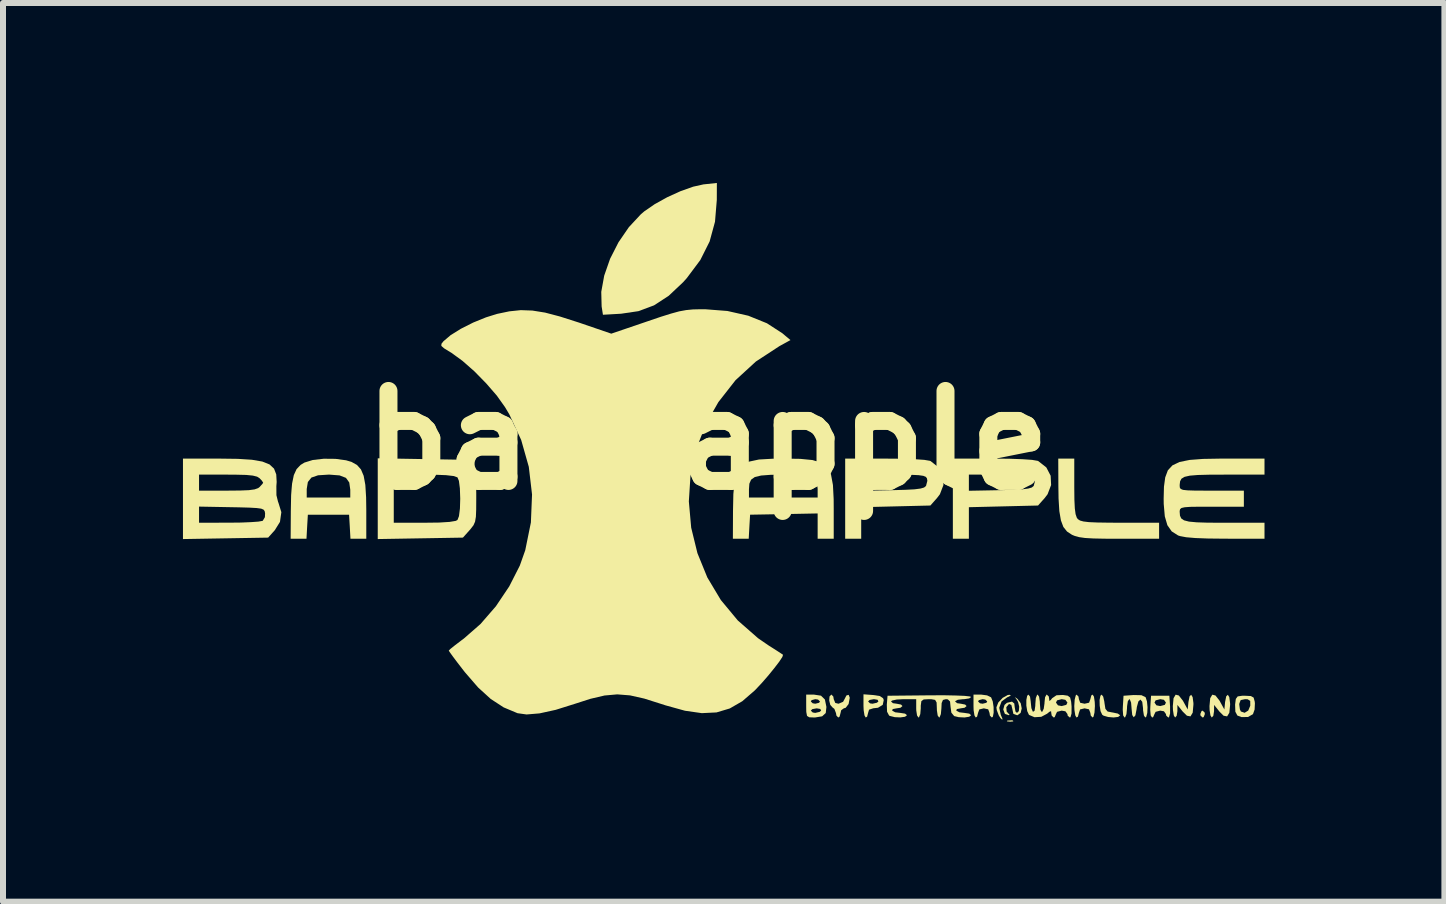
<source format=kicad_pcb>
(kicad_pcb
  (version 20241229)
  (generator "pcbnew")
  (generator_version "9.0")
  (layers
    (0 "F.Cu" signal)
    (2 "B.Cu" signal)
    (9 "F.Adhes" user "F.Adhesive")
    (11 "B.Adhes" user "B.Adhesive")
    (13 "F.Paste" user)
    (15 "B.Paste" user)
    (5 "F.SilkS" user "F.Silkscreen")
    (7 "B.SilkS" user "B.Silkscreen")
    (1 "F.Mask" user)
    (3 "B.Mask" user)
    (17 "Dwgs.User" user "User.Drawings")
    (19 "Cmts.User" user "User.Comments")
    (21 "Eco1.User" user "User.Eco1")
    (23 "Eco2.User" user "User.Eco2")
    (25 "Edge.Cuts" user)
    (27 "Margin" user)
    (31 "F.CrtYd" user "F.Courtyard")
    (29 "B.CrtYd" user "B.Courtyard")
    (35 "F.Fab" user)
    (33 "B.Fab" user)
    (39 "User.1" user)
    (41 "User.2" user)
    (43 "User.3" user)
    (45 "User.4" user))
  (footprint "bad_apple"
    (layer "F.Cu")
    (at 8.747 4.289)
    (property "Reference" "bad_apple" (at 0 0 0) (layer "F.SilkS") (effects (font (size 1.5 1.5) (thickness 0.3))))
    (attr board_only exclude_from_pos_files exclude_from_bom)
    (fp_poly (pts (xy 5.09 4.673) (xy 5.094 4.687) (xy 5.042 4.692) (xy 4.988 4.686) (xy 4.994 4.673) (xy 5.072 4.668)) (stroke (width 0) (type solid)) (fill yes) (layer "F.SilkS"))
    (fp_poly (pts (xy 8.284 4.538) (xy 8.288 4.564) (xy 8.268 4.615) (xy 8.25 4.622) (xy 8.216 4.591) (xy 8.212 4.564) (xy 8.233 4.514) (xy 8.25 4.507)) (stroke (width 0) (type solid)) (fill yes) (layer "F.SilkS"))
    (fp_poly (pts (xy 5.055 4.254) (xy 5.006 4.28) (xy 4.994 4.284) (xy 4.899 4.354) (xy 4.86 4.46) (xy 4.886 4.578) (xy 4.887 4.58) (xy 4.913 4.641) (xy 4.911 4.66) (xy 4.88 4.631) (xy 4.852 4.586) (xy 4.819 4.498) (xy 4.813 4.452) (xy 4.844 4.372) (xy 4.917 4.294) (xy 5.002 4.247) (xy 5.032 4.243)) (stroke (width 0) (type solid)) (fill yes) (layer "F.SilkS"))
    (fp_poly (pts (xy 6.593 4.273) (xy 6.612 4.357) (xy 6.615 4.383) (xy 6.63 4.478) (xy 6.667 4.522) (xy 6.747 4.538) (xy 6.751 4.538) (xy 6.836 4.556) (xy 6.875 4.583) (xy 6.875 4.586) (xy 6.843 4.612) (xy 6.766 4.621) (xy 6.675 4.613) (xy 6.599 4.591) (xy 6.577 4.576) (xy 6.549 4.516) (xy 6.535 4.425) (xy 6.533 4.33) (xy 6.547 4.259) (xy 6.567 4.24)) (stroke (width 0) (type solid)) (fill yes) (layer "F.SilkS"))
    (fp_poly (pts (xy 7.854 4.255) (xy 7.922 4.342) (xy 7.934 4.364) (xy 8.002 4.488) (xy 8.014 4.364) (xy 8.033 4.268) (xy 8.06 4.243) (xy 8.084 4.282) (xy 8.097 4.381) (xy 8.097 4.409) (xy 8.085 4.542) (xy 8.048 4.603) (xy 7.989 4.592) (xy 7.919 4.523) (xy 7.83 4.412) (xy 7.83 4.517) (xy 7.818 4.593) (xy 7.792 4.622) (xy 7.77 4.587) (xy 7.756 4.499) (xy 7.754 4.431) (xy 7.766 4.3) (xy 7.801 4.241)) (stroke (width 0) (type solid)) (fill yes) (layer "F.SilkS"))
    (fp_poly (pts (xy 8.465 4.255) (xy 8.533 4.342) (xy 8.545 4.364) (xy 8.613 4.488) (xy 8.625 4.364) (xy 8.644 4.268) (xy 8.671 4.243) (xy 8.695 4.282) (xy 8.708 4.381) (xy 8.709 4.409) (xy 8.696 4.542) (xy 8.659 4.603) (xy 8.6 4.592) (xy 8.531 4.523) (xy 8.442 4.412) (xy 8.441 4.517) (xy 8.429 4.593) (xy 8.403 4.622) (xy 8.381 4.587) (xy 8.367 4.499) (xy 8.365 4.431) (xy 8.377 4.3) (xy 8.412 4.241)) (stroke (width 0) (type solid)) (fill yes) (layer "F.SilkS"))
    (fp_poly (pts (xy 2.094 4.272) (xy 2.101 4.316) (xy 2.127 4.379) (xy 2.181 4.392) (xy 2.257 4.36) (xy 2.281 4.316) (xy 2.313 4.254) (xy 2.35 4.244) (xy 2.368 4.291) (xy 2.368 4.294) (xy 2.349 4.397) (xy 2.3 4.46) (xy 2.269 4.469) (xy 2.225 4.501) (xy 2.215 4.545) (xy 2.199 4.607) (xy 2.177 4.622) (xy 2.146 4.59) (xy 2.139 4.549) (xy 2.112 4.478) (xy 2.082 4.455) (xy 2.044 4.412) (xy 2.026 4.339) (xy 2.031 4.271) (xy 2.061 4.24) (xy 2.063 4.24)) (stroke (width 0) (type solid)) (fill yes) (layer "F.SilkS"))
    (fp_poly (pts (xy 2.759 4.247) (xy 2.87 4.264) (xy 2.924 4.301) (xy 2.935 4.331) (xy 2.918 4.411) (xy 2.839 4.459) (xy 2.76 4.468) (xy 2.69 4.491) (xy 2.674 4.545) (xy 2.658 4.607) (xy 2.635 4.622) (xy 2.614 4.587) (xy 2.6 4.499) (xy 2.597 4.428) (xy 2.597 4.354) (xy 2.674 4.354) (xy 2.706 4.386) (xy 2.748 4.392) (xy 2.821 4.375) (xy 2.846 4.354) (xy 2.832 4.326) (xy 2.771 4.316) (xy 2.699 4.329) (xy 2.674 4.354) (xy 2.597 4.354) (xy 2.597 4.235)) (stroke (width 0) (type solid)) (fill yes) (layer "F.SilkS"))
    (fp_poly (pts (xy 0.152 -4.006) (xy 0.122 -3.643) (xy 0.032 -3.313) (xy -0.123 -3.004) (xy -0.348 -2.703) (xy -0.41 -2.634) (xy -0.65 -2.408) (xy -0.894 -2.249) (xy -1.154 -2.152) (xy -1.445 -2.109) (xy -1.448 -2.109) (xy -1.746 -2.092) (xy -1.768 -2.231) (xy -1.774 -2.474) (xy -1.725 -2.744) (xy -1.627 -3.025) (xy -1.487 -3.3) (xy -1.314 -3.552) (xy -1.115 -3.766) (xy -1.058 -3.815) (xy -0.884 -3.935) (xy -0.675 -4.051) (xy -0.453 -4.152) (xy -0.242 -4.227) (xy -0.067 -4.266) (xy -0.063 -4.266) (xy 0.153 -4.289)) (stroke (width 0) (type solid)) (fill yes) (layer "F.SilkS"))
    (fp_poly (pts (xy 6.439 4.274) (xy 6.452 4.362) (xy 6.455 4.431) (xy 6.448 4.54) (xy 6.431 4.609) (xy 6.417 4.622) (xy 6.386 4.59) (xy 6.379 4.545) (xy 6.356 4.485) (xy 6.283 4.469) (xy 6.208 4.487) (xy 6.188 4.545) (xy 6.172 4.607) (xy 6.149 4.622) (xy 6.128 4.587) (xy 6.114 4.499) (xy 6.111 4.431) (xy 6.118 4.322) (xy 6.136 4.253) (xy 6.149 4.24) (xy 6.181 4.272) (xy 6.188 4.316) (xy 6.21 4.376) (xy 6.283 4.392) (xy 6.358 4.375) (xy 6.379 4.316) (xy 6.395 4.254) (xy 6.417 4.24)) (stroke (width 0) (type solid)) (fill yes) (layer "F.SilkS"))
    (fp_poly (pts (xy 7.708 4.44) (xy 7.708 4.555) (xy 7.69 4.616) (xy 7.679 4.622) (xy 7.644 4.591) (xy 7.639 4.564) (xy 7.606 4.518) (xy 7.544 4.507) (xy 7.467 4.527) (xy 7.448 4.564) (xy 7.426 4.615) (xy 7.408 4.622) (xy 7.385 4.587) (xy 7.377 4.492) (xy 7.379 4.44) (xy 7.383 4.373) (xy 7.448 4.373) (xy 7.481 4.419) (xy 7.544 4.431) (xy 7.62 4.411) (xy 7.639 4.373) (xy 7.606 4.327) (xy 7.544 4.316) (xy 7.467 4.336) (xy 7.448 4.373) (xy 7.383 4.373) (xy 7.391 4.259) (xy 7.544 4.259) (xy 7.696 4.259)) (stroke (width 0) (type solid)) (fill yes) (layer "F.SilkS"))
    (fp_poly (pts (xy 6.111 0.78) (xy 6.113 0.99) (xy 6.12 1.136) (xy 6.133 1.232) (xy 6.153 1.291) (xy 6.171 1.315) (xy 6.206 1.338) (xy 6.264 1.354) (xy 6.357 1.365) (xy 6.497 1.371) (xy 6.694 1.374) (xy 6.878 1.375) (xy 7.525 1.375) (xy 7.525 1.509) (xy 7.525 1.642) (xy 6.866 1.642) (xy 6.614 1.641) (xy 6.427 1.637) (xy 6.29 1.629) (xy 6.192 1.615) (xy 6.119 1.595) (xy 6.073 1.576) (xy 5.99 1.521) (xy 5.929 1.445) (xy 5.888 1.335) (xy 5.862 1.182) (xy 5.849 0.972) (xy 5.846 0.773) (xy 5.844 0.306) (xy 5.978 0.306) (xy 6.111 0.306)) (stroke (width 0) (type solid)) (fill yes) (layer "F.SilkS"))
    (fp_poly (pts (xy 9.055 4.264) (xy 9.101 4.29) (xy 9.119 4.357) (xy 9.122 4.385) (xy 9.117 4.489) (xy 9.09 4.565) (xy 9.088 4.567) (xy 9.007 4.613) (xy 8.9 4.615) (xy 8.83 4.589) (xy 8.796 4.525) (xy 8.792 4.408) (xy 8.792 4.405) (xy 8.861 4.405) (xy 8.872 4.486) (xy 8.888 4.521) (xy 8.951 4.543) (xy 9.011 4.506) (xy 9.045 4.425) (xy 9.045 4.421) (xy 9.044 4.345) (xy 9.001 4.318) (xy 8.959 4.316) (xy 8.885 4.331) (xy 8.862 4.39) (xy 8.861 4.405) (xy 8.792 4.405) (xy 8.804 4.312) (xy 8.835 4.27) (xy 8.91 4.259) (xy 8.957 4.259)) (stroke (width 0) (type solid)) (fill yes) (layer "F.SilkS"))
    (fp_poly (pts (xy 4.658 4.253) (xy 4.723 4.285) (xy 4.725 4.287) (xy 4.752 4.354) (xy 4.766 4.448) (xy 4.767 4.542) (xy 4.754 4.608) (xy 4.737 4.622) (xy 4.705 4.59) (xy 4.698 4.545) (xy 4.676 4.485) (xy 4.603 4.469) (xy 4.528 4.487) (xy 4.507 4.545) (xy 4.491 4.607) (xy 4.469 4.622) (xy 4.447 4.587) (xy 4.433 4.499) (xy 4.431 4.431) (xy 4.431 4.354) (xy 4.507 4.354) (xy 4.539 4.385) (xy 4.583 4.392) (xy 4.646 4.376) (xy 4.66 4.354) (xy 4.628 4.323) (xy 4.583 4.316) (xy 4.521 4.332) (xy 4.507 4.354) (xy 4.431 4.354) (xy 4.431 4.24) (xy 4.56 4.24)) (stroke (width 0) (type solid)) (fill yes) (layer "F.SilkS"))
    (fp_poly (pts (xy 5.145 4.297) (xy 5.166 4.313) (xy 5.218 4.383) (xy 5.235 4.47) (xy 5.217 4.545) (xy 5.166 4.583) (xy 5.156 4.583) (xy 5.096 4.561) (xy 5.08 4.488) (xy 5.062 4.412) (xy 5.023 4.396) (xy 4.98 4.447) (xy 4.978 4.454) (xy 4.984 4.523) (xy 5.008 4.549) (xy 5.033 4.577) (xy 5.02 4.583) (xy 4.958 4.563) (xy 4.953 4.558) (xy 4.927 4.488) (xy 4.948 4.412) (xy 4.988 4.377) (xy 5.073 4.357) (xy 5.111 4.388) (xy 5.118 4.45) (xy 5.131 4.522) (xy 5.156 4.545) (xy 5.187 4.515) (xy 5.193 4.443) (xy 5.174 4.363) (xy 5.147 4.316) (xy 5.119 4.282)) (stroke (width 0) (type solid)) (fill yes) (layer "F.SilkS"))
    (fp_poly (pts (xy 7.231 4.25) (xy 7.299 4.283) (xy 7.301 4.285) (xy 7.323 4.354) (xy 7.332 4.45) (xy 7.328 4.545) (xy 7.311 4.609) (xy 7.295 4.622) (xy 7.272 4.588) (xy 7.258 4.503) (xy 7.257 4.466) (xy 7.244 4.36) (xy 7.214 4.323) (xy 7.18 4.353) (xy 7.154 4.447) (xy 7.15 4.481) (xy 7.13 4.586) (xy 7.102 4.618) (xy 7.077 4.58) (xy 7.066 4.472) (xy 7.066 4.469) (xy 7.058 4.373) (xy 7.037 4.32) (xy 7.028 4.316) (xy 7.004 4.35) (xy 6.991 4.435) (xy 6.99 4.469) (xy 6.981 4.565) (xy 6.959 4.618) (xy 6.949 4.622) (xy 6.926 4.587) (xy 6.919 4.492) (xy 6.921 4.44) (xy 6.932 4.259) (xy 7.101 4.247)) (stroke (width 0) (type solid)) (fill yes) (layer "F.SilkS"))
    (fp_poly (pts (xy 1.889 4.258) (xy 1.954 4.322) (xy 1.979 4.445) (xy 1.979 4.447) (xy 1.968 4.547) (xy 1.908 4.602) (xy 1.79 4.621) (xy 1.767 4.621) (xy 1.693 4.618) (xy 1.656 4.595) (xy 1.644 4.531) (xy 1.643 4.507) (xy 1.719 4.507) (xy 1.751 4.538) (xy 1.793 4.545) (xy 1.866 4.528) (xy 1.891 4.507) (xy 1.877 4.479) (xy 1.817 4.469) (xy 1.744 4.482) (xy 1.719 4.507) (xy 1.643 4.507) (xy 1.642 4.431) (xy 1.642 4.354) (xy 1.719 4.354) (xy 1.751 4.385) (xy 1.795 4.392) (xy 1.857 4.376) (xy 1.872 4.354) (xy 1.84 4.323) (xy 1.795 4.316) (xy 1.733 4.332) (xy 1.719 4.354) (xy 1.642 4.354) (xy 1.642 4.24) (xy 1.771 4.24)) (stroke (width 0) (type solid)) (fill yes) (layer "F.SilkS"))
    (fp_poly (pts (xy -4.79 0.313) (xy -4.08 0.325) (xy -3.969 0.449) (xy -3.919 0.509) (xy -3.887 0.565) (xy -3.869 0.635) (xy -3.86 0.739) (xy -3.858 0.893) (xy -3.858 0.974) (xy -3.859 1.154) (xy -3.864 1.276) (xy -3.878 1.358) (xy -3.904 1.417) (xy -3.947 1.473) (xy -3.969 1.499) (xy -4.08 1.623) (xy -4.79 1.635) (xy -5.5 1.647) (xy -5.5 0.974) (xy -5.233 0.974) (xy -5.233 1.375) (xy -4.725 1.375) (xy -4.477 1.372) (xy -4.302 1.361) (xy -4.2 1.344) (xy -4.171 1.329) (xy -4.146 1.265) (xy -4.13 1.138) (xy -4.125 0.974) (xy -4.131 0.801) (xy -4.147 0.677) (xy -4.171 0.619) (xy -4.231 0.597) (xy -4.361 0.582) (xy -4.564 0.574) (xy -4.725 0.573) (xy -5.233 0.573) (xy -5.233 0.974) (xy -5.5 0.974) (xy -5.5 0.301)) (stroke (width 0) (type solid)) (fill yes) (layer "F.SilkS"))
    (fp_poly (pts (xy 3.234 0.308) (xy 3.453 0.316) (xy 3.612 0.327) (xy 3.705 0.343) (xy 3.717 0.348) (xy 3.85 0.453) (xy 3.922 0.591) (xy 3.93 0.746) (xy 3.871 0.9) (xy 3.823 0.963) (xy 3.712 1.088) (xy 3.135 1.102) (xy 2.559 1.116) (xy 2.559 1.379) (xy 2.559 1.642) (xy 2.425 1.642) (xy 2.292 1.642) (xy 2.292 0.974) (xy 2.292 0.708) (xy 2.559 0.708) (xy 2.559 0.842) (xy 3.08 0.832) (xy 3.297 0.826) (xy 3.448 0.818) (xy 3.548 0.805) (xy 3.607 0.788) (xy 3.638 0.763) (xy 3.64 0.76) (xy 3.662 0.676) (xy 3.655 0.635) (xy 3.636 0.61) (xy 3.594 0.593) (xy 3.516 0.582) (xy 3.391 0.576) (xy 3.208 0.573) (xy 3.095 0.573) (xy 2.559 0.573) (xy 2.559 0.708) (xy 2.292 0.708) (xy 2.292 0.306) (xy 2.963 0.306)) (stroke (width 0) (type solid)) (fill yes) (layer "F.SilkS"))
    (fp_poly (pts (xy 5.029 0.308) (xy 5.248 0.316) (xy 5.407 0.327) (xy 5.5 0.343) (xy 5.512 0.348) (xy 5.645 0.453) (xy 5.717 0.591) (xy 5.725 0.746) (xy 5.666 0.9) (xy 5.618 0.963) (xy 5.507 1.088) (xy 4.931 1.102) (xy 4.354 1.116) (xy 4.354 1.379) (xy 4.354 1.642) (xy 4.221 1.642) (xy 4.087 1.642) (xy 4.087 0.974) (xy 4.087 0.708) (xy 4.354 0.708) (xy 4.354 0.842) (xy 4.875 0.832) (xy 5.092 0.826) (xy 5.244 0.818) (xy 5.343 0.805) (xy 5.402 0.788) (xy 5.433 0.763) (xy 5.435 0.76) (xy 5.457 0.676) (xy 5.45 0.635) (xy 5.431 0.61) (xy 5.389 0.593) (xy 5.311 0.582) (xy 5.187 0.576) (xy 5.003 0.573) (xy 4.89 0.573) (xy 4.354 0.573) (xy 4.354 0.708) (xy 4.087 0.708) (xy 4.087 0.306) (xy 4.758 0.306)) (stroke (width 0) (type solid)) (fill yes) (layer "F.SilkS"))
    (fp_poly (pts (xy -6.205 0.31) (xy -6.028 0.334) (xy -5.937 0.361) (xy -5.846 0.412) (xy -5.78 0.486) (xy -5.735 0.592) (xy -5.707 0.744) (xy -5.694 0.952) (xy -5.691 1.164) (xy -5.691 1.642) (xy -5.823 1.642) (xy -5.955 1.642) (xy -5.966 1.442) (xy -5.978 1.241) (xy -6.321 1.241) (xy -6.665 1.241) (xy -6.677 1.442) (xy -6.688 1.642) (xy -6.82 1.642) (xy -6.952 1.642) (xy -6.949 1.175) (xy -6.944 0.916) (xy -6.937 0.824) (xy -6.684 0.824) (xy -6.684 0.955) (xy -6.321 0.955) (xy -5.958 0.955) (xy -5.958 0.824) (xy -5.975 0.704) (xy -6.03 0.627) (xy -6.136 0.586) (xy -6.304 0.573) (xy -6.321 0.573) (xy -6.495 0.584) (xy -6.606 0.622) (xy -6.665 0.696) (xy -6.684 0.812) (xy -6.684 0.824) (xy -6.937 0.824) (xy -6.928 0.722) (xy -6.899 0.581) (xy -6.853 0.481) (xy -6.786 0.411) (xy -6.722 0.372) (xy -6.583 0.329) (xy -6.4 0.308)) (stroke (width 0) (type solid)) (fill yes) (layer "F.SilkS"))
    (fp_poly (pts (xy 1.543 0.31) (xy 1.747 0.33) (xy 1.895 0.374) (xy 1.995 0.452) (xy 2.056 0.573) (xy 2.088 0.746) (xy 2.1 0.982) (xy 2.101 1.144) (xy 2.101 1.642) (xy 1.967 1.642) (xy 1.833 1.642) (xy 1.833 1.431) (xy 1.833 1.22) (xy 1.27 1.231) (xy 0.707 1.241) (xy 0.695 1.442) (xy 0.684 1.642) (xy 0.552 1.642) (xy 0.42 1.642) (xy 0.422 1.175) (xy 0.428 0.895) (xy 0.435 0.824) (xy 0.688 0.824) (xy 0.688 0.955) (xy 1.26 0.955) (xy 1.833 0.955) (xy 1.833 0.81) (xy 1.822 0.703) (xy 1.794 0.627) (xy 1.788 0.619) (xy 1.723 0.595) (xy 1.584 0.58) (xy 1.369 0.573) (xy 1.275 0.573) (xy 1.05 0.576) (xy 0.891 0.588) (xy 0.786 0.613) (xy 0.724 0.657) (xy 0.695 0.723) (xy 0.688 0.818) (xy 0.688 0.824) (xy 0.435 0.824) (xy 0.448 0.683) (xy 0.492 0.528) (xy 0.568 0.423) (xy 0.686 0.357) (xy 0.854 0.321) (xy 1.081 0.308) (xy 1.272 0.306)) (stroke (width 0) (type solid)) (fill yes) (layer "F.SilkS"))
    (fp_poly (pts (xy 9.282 0.439) (xy 9.282 0.573) (xy 8.621 0.573) (xy 8.363 0.574) (xy 8.171 0.579) (xy 8.037 0.59) (xy 7.949 0.61) (xy 7.898 0.641) (xy 7.875 0.684) (xy 7.868 0.744) (xy 7.868 0.752) (xy 7.87 0.787) (xy 7.885 0.811) (xy 7.923 0.827) (xy 7.997 0.835) (xy 8.118 0.839) (xy 8.298 0.84) (xy 8.403 0.84) (xy 8.938 0.84) (xy 8.938 0.974) (xy 8.938 1.108) (xy 8.403 1.108) (xy 8.192 1.108) (xy 8.045 1.11) (xy 7.951 1.117) (xy 7.898 1.129) (xy 7.875 1.149) (xy 7.868 1.178) (xy 7.868 1.196) (xy 7.873 1.257) (xy 7.894 1.303) (xy 7.941 1.335) (xy 8.023 1.356) (xy 8.152 1.368) (xy 8.335 1.374) (xy 8.584 1.375) (xy 8.621 1.375) (xy 9.282 1.375) (xy 9.282 1.509) (xy 9.282 1.642) (xy 8.623 1.641) (xy 8.342 1.638) (xy 8.13 1.63) (xy 7.977 1.617) (xy 7.876 1.598) (xy 7.842 1.587) (xy 7.735 1.519) (xy 7.663 1.416) (xy 7.62 1.268) (xy 7.602 1.061) (xy 7.601 0.974) (xy 7.606 0.774) (xy 7.627 0.619) (xy 7.671 0.501) (xy 7.748 0.418) (xy 7.866 0.362) (xy 8.033 0.328) (xy 8.257 0.311) (xy 8.547 0.306) (xy 8.631 0.306) (xy 9.282 0.306)) (stroke (width 0) (type solid)) (fill yes) (layer "F.SilkS"))
    (fp_poly (pts (xy -7.832 0.31) (xy -7.598 0.325) (xy -7.424 0.355) (xy -7.304 0.403) (xy -7.229 0.473) (xy -7.192 0.569) (xy -7.185 0.695) (xy -7.19 0.765) (xy -7.189 0.916) (xy -7.161 1.03) (xy -7.157 1.037) (xy -7.107 1.199) (xy -7.13 1.361) (xy -7.216 1.499) (xy -7.327 1.623) (xy -8.037 1.635) (xy -8.747 1.647) (xy -8.747 1.24) (xy -8.479 1.24) (xy -8.479 1.375) (xy -7.973 1.374) (xy -7.781 1.372) (xy -7.614 1.365) (xy -7.489 1.356) (xy -7.421 1.344) (xy -7.416 1.341) (xy -7.381 1.282) (xy -7.378 1.218) (xy -7.385 1.182) (xy -7.403 1.157) (xy -7.443 1.14) (xy -7.518 1.13) (xy -7.64 1.123) (xy -7.819 1.118) (xy -7.935 1.116) (xy -8.479 1.106) (xy -8.479 1.24) (xy -8.747 1.24) (xy -8.747 0.976) (xy -8.747 0.707) (xy -8.479 0.707) (xy -8.479 0.84) (xy -8.005 0.84) (xy -7.795 0.838) (xy -7.649 0.832) (xy -7.553 0.819) (xy -7.494 0.798) (xy -7.47 0.78) (xy -7.422 0.727) (xy -7.41 0.707) (xy -7.433 0.672) (xy -7.47 0.633) (xy -7.511 0.607) (xy -7.582 0.589) (xy -7.694 0.578) (xy -7.861 0.574) (xy -8.005 0.573) (xy -8.479 0.573) (xy -8.479 0.707) (xy -8.747 0.707) (xy -8.747 0.306) (xy -8.134 0.306)) (stroke (width 0) (type solid)) (fill yes) (layer "F.SilkS"))
    (fp_poly (pts (xy 5.686 4.271) (xy 5.691 4.304) (xy 5.696 4.347) (xy 5.721 4.328) (xy 5.741 4.301) (xy 5.814 4.251) (xy 5.922 4.246) (xy 6.002 4.258) (xy 6.042 4.289) (xy 6.059 4.36) (xy 6.066 4.44) (xy 6.065 4.555) (xy 6.048 4.616) (xy 6.037 4.622) (xy 6.001 4.591) (xy 5.997 4.564) (xy 5.963 4.518) (xy 5.901 4.507) (xy 5.824 4.527) (xy 5.806 4.564) (xy 5.785 4.615) (xy 5.768 4.622) (xy 5.735 4.59) (xy 5.729 4.558) (xy 5.724 4.516) (xy 5.694 4.528) (xy 5.659 4.558) (xy 5.561 4.61) (xy 5.448 4.617) (xy 5.358 4.579) (xy 5.355 4.576) (xy 5.327 4.516) (xy 5.312 4.424) (xy 5.312 4.329) (xy 5.326 4.259) (xy 5.347 4.24) (xy 5.373 4.273) (xy 5.385 4.356) (xy 5.386 4.371) (xy 5.396 4.466) (xy 5.42 4.524) (xy 5.424 4.526) (xy 5.449 4.509) (xy 5.461 4.428) (xy 5.462 4.395) (xy 5.47 4.298) (xy 5.491 4.244) (xy 5.5 4.24) (xy 5.524 4.274) (xy 5.537 4.358) (xy 5.538 4.395) (xy 5.546 4.492) (xy 5.568 4.528) (xy 5.577 4.526) (xy 5.602 4.475) (xy 5.615 4.383) (xy 5.615 4.373) (xy 5.806 4.373) (xy 5.839 4.419) (xy 5.901 4.431) (xy 5.978 4.411) (xy 5.997 4.373) (xy 5.963 4.327) (xy 5.901 4.316) (xy 5.824 4.336) (xy 5.806 4.373) (xy 5.615 4.373) (xy 5.615 4.371) (xy 5.624 4.284) (xy 5.648 4.241) (xy 5.653 4.24)) (stroke (width 0) (type solid)) (fill yes) (layer "F.SilkS"))
    (fp_poly (pts (xy 4.136 4.255) (xy 4.284 4.261) (xy 4.372 4.271) (xy 4.392 4.28) (xy 4.359 4.304) (xy 4.276 4.316) (xy 4.259 4.316) (xy 4.17 4.326) (xy 4.126 4.349) (xy 4.125 4.354) (xy 4.158 4.383) (xy 4.221 4.392) (xy 4.292 4.406) (xy 4.316 4.431) (xy 4.283 4.459) (xy 4.218 4.469) (xy 4.153 4.481) (xy 4.144 4.507) (xy 4.196 4.535) (xy 4.28 4.545) (xy 4.36 4.557) (xy 4.392 4.583) (xy 4.36 4.609) (xy 4.281 4.621) (xy 4.184 4.616) (xy 4.109 4.598) (xy 4.062 4.541) (xy 4.049 4.446) (xy 4.04 4.355) (xy 4.004 4.32) (xy 3.972 4.316) (xy 3.922 4.329) (xy 3.9 4.381) (xy 3.896 4.469) (xy 3.887 4.565) (xy 3.866 4.618) (xy 3.858 4.622) (xy 3.834 4.588) (xy 3.821 4.503) (xy 3.82 4.469) (xy 3.816 4.371) (xy 3.791 4.328) (xy 3.725 4.316) (xy 3.686 4.316) (xy 3.6 4.321) (xy 3.562 4.349) (xy 3.552 4.424) (xy 3.552 4.469) (xy 3.544 4.565) (xy 3.523 4.618) (xy 3.514 4.622) (xy 3.49 4.588) (xy 3.477 4.503) (xy 3.476 4.469) (xy 3.476 4.316) (xy 3.266 4.316) (xy 3.151 4.322) (xy 3.074 4.339) (xy 3.056 4.354) (xy 3.088 4.383) (xy 3.151 4.392) (xy 3.223 4.406) (xy 3.247 4.431) (xy 3.214 4.459) (xy 3.149 4.469) (xy 3.084 4.481) (xy 3.075 4.507) (xy 3.126 4.535) (xy 3.211 4.545) (xy 3.29 4.557) (xy 3.323 4.583) (xy 3.29 4.609) (xy 3.212 4.62) (xy 3.119 4.616) (xy 3.039 4.596) (xy 3.024 4.589) (xy 2.99 4.525) (xy 2.986 4.408) (xy 2.998 4.259) (xy 3.695 4.252) (xy 3.937 4.251)) (stroke (width 0) (type solid)) (fill yes) (layer "F.SilkS"))
    (fp_poly (pts (xy -0.043 -2.184) (xy 0.329 -2.155) (xy 0.677 -2.076) (xy 0.988 -1.95) (xy 1.247 -1.782) (xy 1.258 -1.772) (xy 1.38 -1.67) (xy 1.196 -1.569) (xy 0.803 -1.312) (xy 0.465 -1.002) (xy 0.179 -0.637) (xy -0.023 -0.283) (xy -0.19 0.142) (xy -0.286 0.579) (xy -0.314 1.02) (xy -0.275 1.457) (xy -0.171 1.882) (xy -0.006 2.287) (xy 0.219 2.663) (xy 0.502 3.004) (xy 0.84 3.3) (xy 1.016 3.421) (xy 1.13 3.493) (xy 1.216 3.549) (xy 1.256 3.576) (xy 1.256 3.576) (xy 1.245 3.612) (xy 1.193 3.691) (xy 1.111 3.798) (xy 1.012 3.92) (xy 0.905 4.043) (xy 0.802 4.153) (xy 0.782 4.173) (xy 0.576 4.351) (xy 0.368 4.471) (xy 0.147 4.537) (xy -0.098 4.549) (xy -0.378 4.509) (xy -0.703 4.419) (xy -0.777 4.395) (xy -1.058 4.306) (xy -1.294 4.253) (xy -1.507 4.236) (xy -1.72 4.255) (xy -1.954 4.31) (xy -2.215 4.394) (xy -2.534 4.494) (xy -2.803 4.553) (xy -3.019 4.571) (xy -3.17 4.55) (xy -3.401 4.453) (xy -3.616 4.313) (xy -3.827 4.121) (xy -4.047 3.867) (xy -4.069 3.839) (xy -4.171 3.707) (xy -4.252 3.599) (xy -4.303 3.528) (xy -4.316 3.506) (xy -4.288 3.478) (xy -4.212 3.417) (xy -4.103 3.334) (xy -4.064 3.305) (xy -3.788 3.064) (xy -3.531 2.768) (xy -3.308 2.436) (xy -3.132 2.09) (xy -3.041 1.833) (xy -2.947 1.37) (xy -2.928 0.904) (xy -2.982 0.443) (xy -3.109 -0.005) (xy -3.308 -0.434) (xy -3.379 -0.553) (xy -3.515 -0.744) (xy -3.692 -0.948) (xy -3.888 -1.148) (xy -4.087 -1.323) (xy -4.268 -1.455) (xy -4.295 -1.471) (xy -4.395 -1.533) (xy -4.44 -1.573) (xy -4.438 -1.608) (xy -4.404 -1.651) (xy -4.285 -1.752) (xy -4.113 -1.859) (xy -3.909 -1.962) (xy -3.695 -2.049) (xy -3.513 -2.106) (xy -3.307 -2.149) (xy -3.115 -2.169) (xy -2.922 -2.162) (xy -2.71 -2.128) (xy -2.463 -2.063) (xy -2.166 -1.968) (xy -2.144 -1.961) (xy -1.607 -1.777) (xy -1.008 -1.981) (xy -0.782 -2.058) (xy -0.609 -2.112) (xy -0.474 -2.149) (xy -0.359 -2.17) (xy -0.246 -2.181) (xy -0.118 -2.184)) (stroke (width 0) (type solid)) (fill yes) (layer "F.SilkS")))
  (gr_rect
    (start -3 -3)
    (end 21.028 11.981)
    (stroke (width 0.1) (type default))
    (fill no)
    (layer "Edge.Cuts")))
</source>
